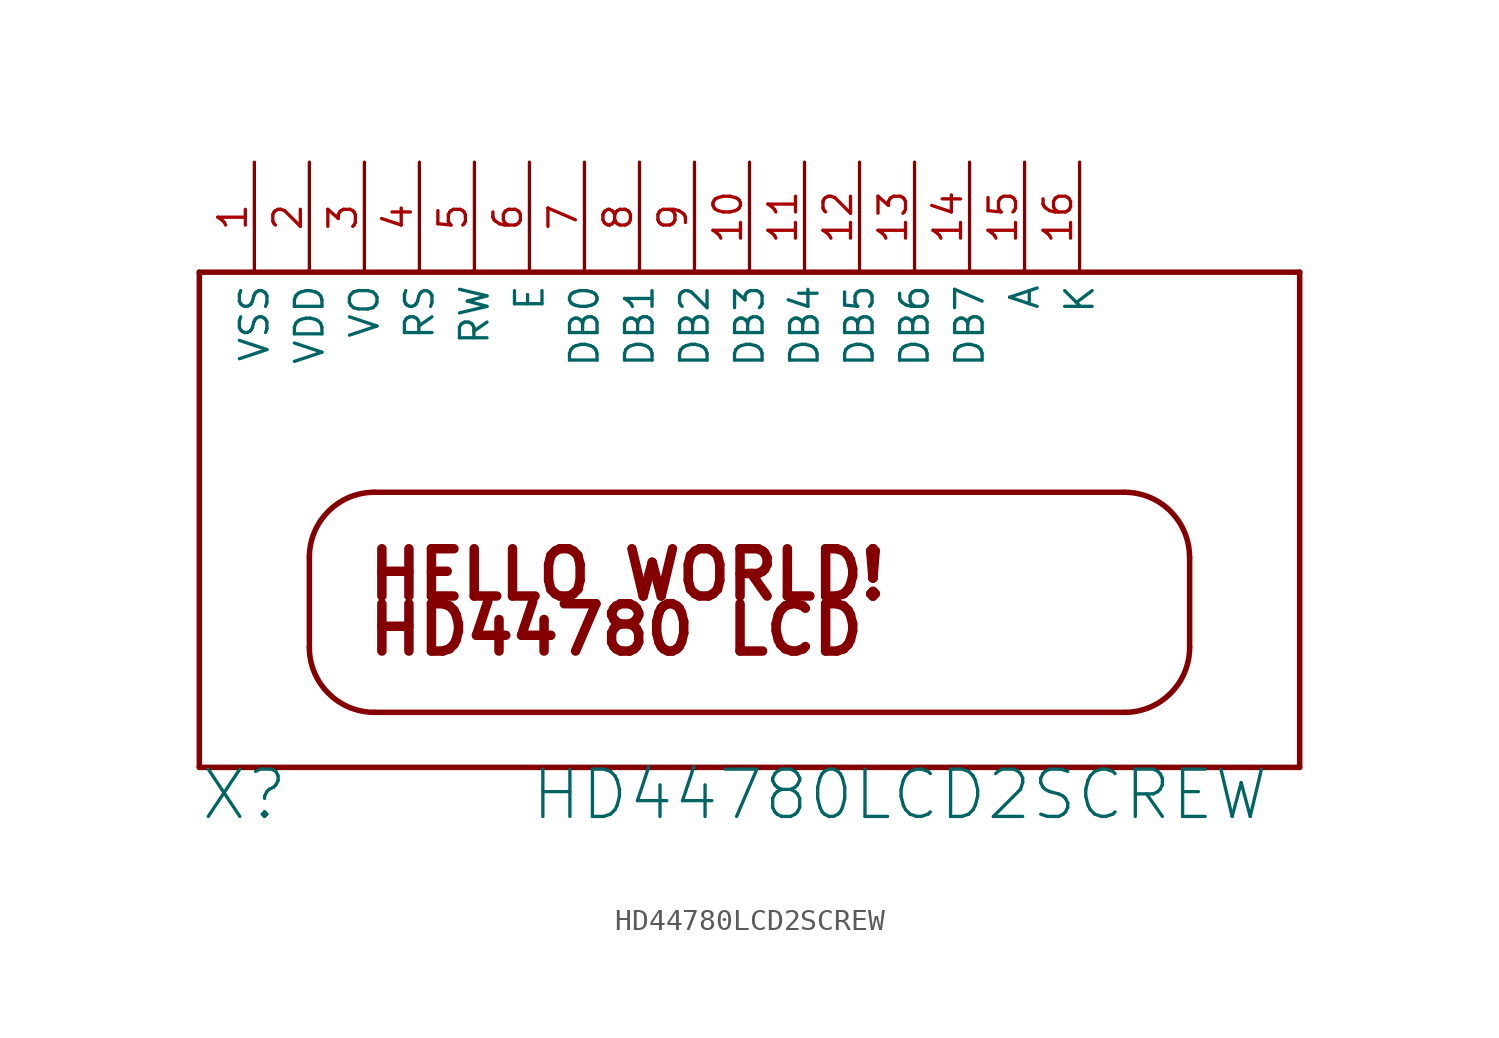
<source format=kicad_sym>
(kicad_symbol_lib
  (version 20211014)
  (generator kicad_symbol_editor)
  (symbol "HD44780LCD2SCREW"
    (property "Reference" "X"
      (at -25.4 -12.7 0)
      (effects (font (size 2.184 2.184)) (justify left bottom)))
    (property "Value" "HD44780LCD2SCREW"
      (at -10.16 -12.7 0)
      (effects (font (size 2.184 2.184)) (justify left bottom)))
    (property "ki_locked" ""
      (at 0 0 0)
      (effects (font (size 1.27 1.27))))
    (symbol "HD44780LCD2SCREW_1_0"
      (arc (start -20.32 -4.62) (mid -19.4413 -6.7413) (end -17.32 -7.62) (stroke (width 0.254) (type default) (color 0 0 0 0)) (fill (type none)))
      (arc (start -17.32 2.54) (mid -19.4413 1.6613) (end -20.32 -0.46) (stroke (width 0.254) (type default) (color 0 0 0 0)) (fill (type none)))
      (polyline (pts (xy -25.4 -10.16) (xy 25.4 -10.16)) (stroke (width 0.254) (type default) (color 0 0 0 0)) (fill (type none)))
      (polyline (pts (xy -25.4 12.7) (xy -25.4 -10.16)) (stroke (width 0.254) (type default) (color 0 0 0 0)) (fill (type none)))
      (polyline (pts (xy -20.32 -4.62) (xy -20.32 -0.46)) (stroke (width 0.254) (type default) (color 0 0 0 0)) (fill (type none)))
      (polyline (pts (xy -17.32 2.54) (xy 17.32 2.54)) (stroke (width 0.254) (type default) (color 0 0 0 0)) (fill (type none)))
      (polyline (pts (xy 17.32 -7.62) (xy -17.32 -7.62)) (stroke (width 0.254) (type default) (color 0 0 0 0)) (fill (type none)))
      (polyline (pts (xy 20.32 -0.46) (xy 20.32 -4.62)) (stroke (width 0.254) (type default) (color 0 0 0 0)) (fill (type none)))
      (polyline (pts (xy 25.4 -10.16) (xy 25.4 12.7)) (stroke (width 0.254) (type default) (color 0 0 0 0)) (fill (type none)))
      (polyline (pts (xy 25.4 12.7) (xy -25.4 12.7)) (stroke (width 0.254) (type default) (color 0 0 0 0)) (fill (type none)))
      (arc (start 17.32 -7.62) (mid 19.4413 -6.7413) (end 20.32 -4.62) (stroke (width 0.254) (type default) (color 0 0 0 0)) (fill (type none)))
      (arc (start 20.32 -0.46) (mid 19.4413 1.6613) (end 17.32 2.54) (stroke (width 0.254) (type default) (color 0 0 0 0)) (fill (type none)))
      (text "HD44780 LCD " (at -17.78 -5.08 0) (effects (font (size 2.184 2.184) (thickness 0.437) bold) (justify left bottom)))
      (text "HELLO WORLD!" (at -17.78 -2.54 0) (effects (font (size 2.184 2.184) (thickness 0.437) bold) (justify left bottom)))
      (pin power_in line (at -22.86 17.78 270) (length 5.08) (name "VSS" (effects (font (size 1.27 1.27)))) (number "1" (effects (font (size 1.27 1.27)))))
      (pin bidirectional line (at 0 17.78 270) (length 5.08) (name "DB3" (effects (font (size 1.27 1.27)))) (number "10" (effects (font (size 1.27 1.27)))))
      (pin bidirectional line (at 2.54 17.78 270) (length 5.08) (name "DB4" (effects (font (size 1.27 1.27)))) (number "11" (effects (font (size 1.27 1.27)))))
      (pin bidirectional line (at 5.08 17.78 270) (length 5.08) (name "DB5" (effects (font (size 1.27 1.27)))) (number "12" (effects (font (size 1.27 1.27)))))
      (pin bidirectional line (at 7.62 17.78 270) (length 5.08) (name "DB6" (effects (font (size 1.27 1.27)))) (number "13" (effects (font (size 1.27 1.27)))))
      (pin bidirectional line (at 10.16 17.78 270) (length 5.08) (name "DB7" (effects (font (size 1.27 1.27)))) (number "14" (effects (font (size 1.27 1.27)))))
      (pin input line (at 12.7 17.78 270) (length 5.08) (name "A" (effects (font (size 1.27 1.27)))) (number "15" (effects (font (size 1.27 1.27)))))
      (pin input line (at 15.24 17.78 270) (length 5.08) (name "K" (effects (font (size 1.27 1.27)))) (number "16" (effects (font (size 1.27 1.27)))))
      (pin power_in line (at -20.32 17.78 270) (length 5.08) (name "VDD" (effects (font (size 1.27 1.27)))) (number "2" (effects (font (size 1.27 1.27)))))
      (pin input line (at -17.78 17.78 270) (length 5.08) (name "VO" (effects (font (size 1.27 1.27)))) (number "3" (effects (font (size 1.27 1.27)))))
      (pin input line (at -15.24 17.78 270) (length 5.08) (name "RS" (effects (font (size 1.27 1.27)))) (number "4" (effects (font (size 1.27 1.27)))))
      (pin input line (at -12.7 17.78 270) (length 5.08) (name "RW" (effects (font (size 1.27 1.27)))) (number "5" (effects (font (size 1.27 1.27)))))
      (pin input line (at -10.16 17.78 270) (length 5.08) (name "E" (effects (font (size 1.27 1.27)))) (number "6" (effects (font (size 1.27 1.27)))))
      (pin bidirectional line (at -7.62 17.78 270) (length 5.08) (name "DB0" (effects (font (size 1.27 1.27)))) (number "7" (effects (font (size 1.27 1.27)))))
      (pin bidirectional line (at -5.08 17.78 270) (length 5.08) (name "DB1" (effects (font (size 1.27 1.27)))) (number "8" (effects (font (size 1.27 1.27)))))
      (pin bidirectional line (at -2.54 17.78 270) (length 5.08) (name "DB2" (effects (font (size 1.27 1.27)))) (number "9" (effects (font (size 1.27 1.27))))))))
</source>
